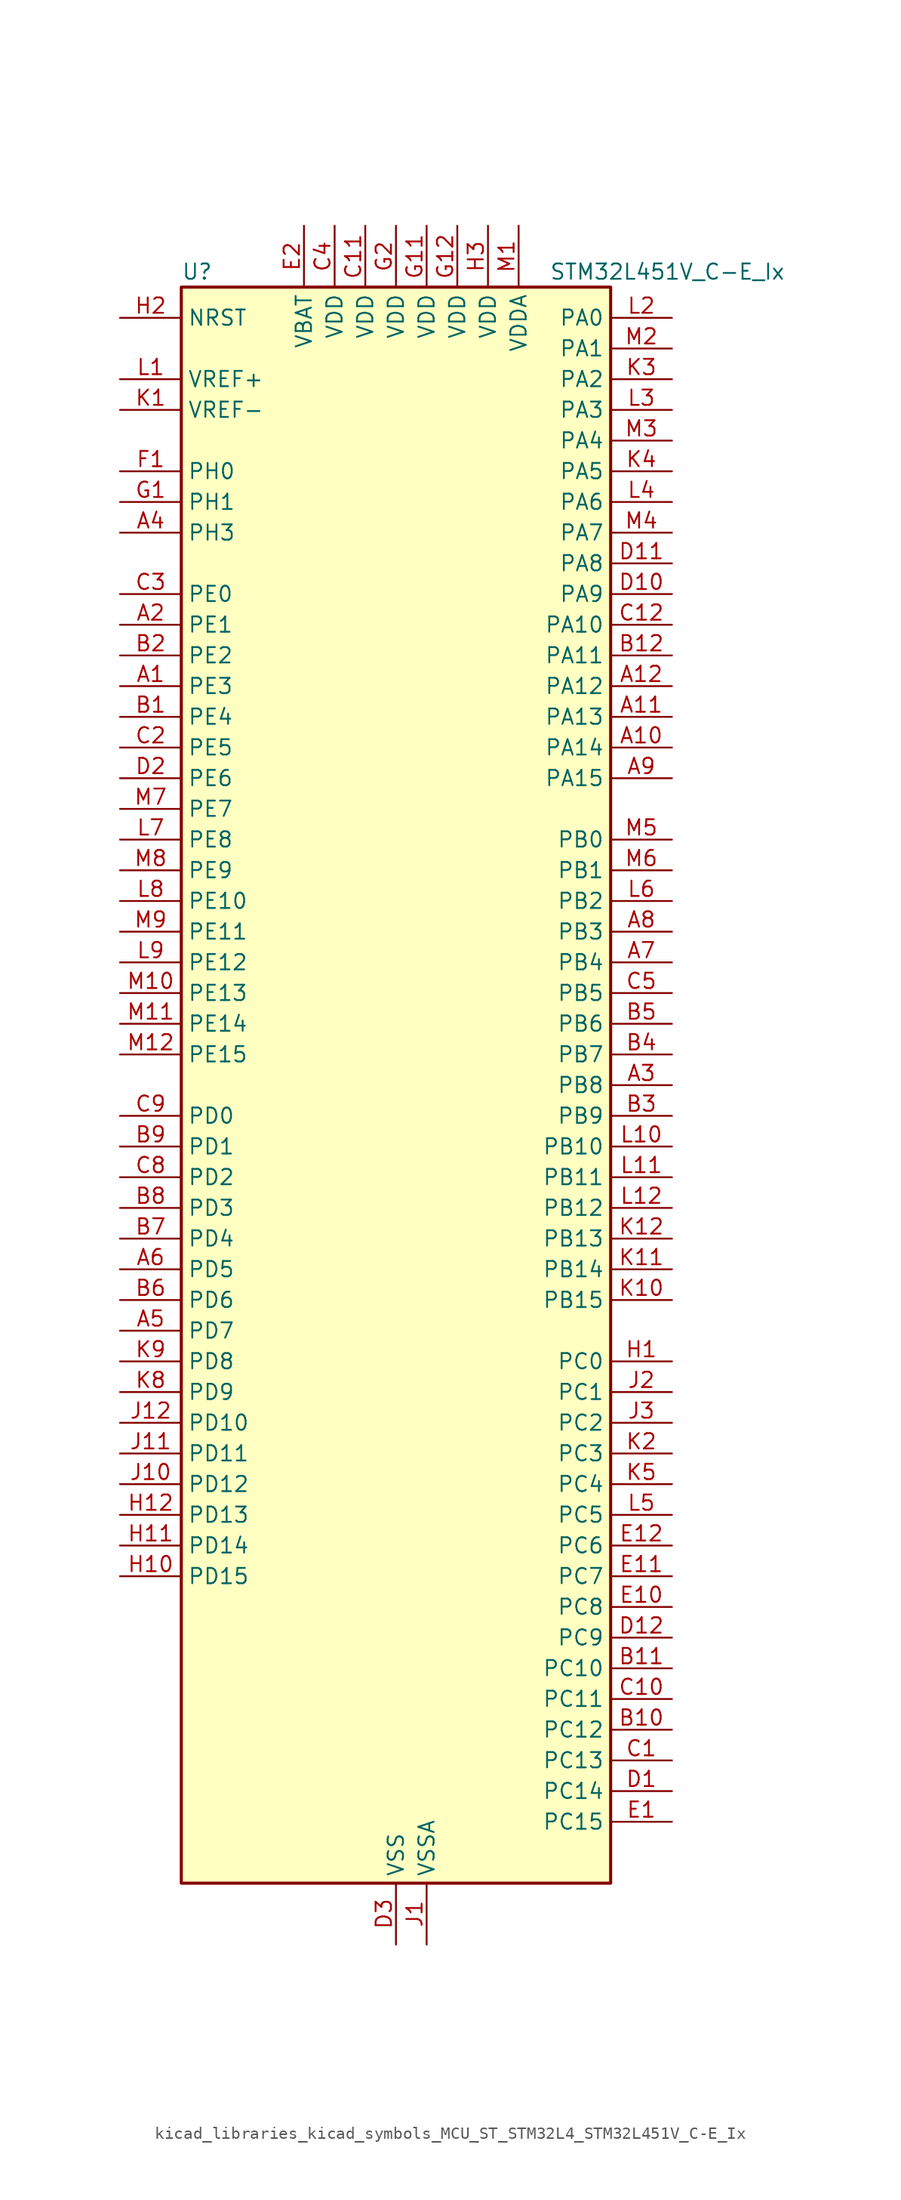
<source format=kicad_sym>
(kicad_symbol_lib
  (version 20220914)
  (generator kicad_symbol_editor)
  (symbol "kicad_libraries_kicad_symbols_MCU_ST_STM32L4_STM32L451V_C-E_Ix"
    (property "Reference" "U"
      (at -17.78 67.31 0)
      (effects (font (size 1.27 1.27)) (justify left)))
    (property "Value" "STM32L451V_C-E_Ix"
      (at 12.7 67.31 0)
      (effects (font (size 1.27 1.27)) (justify left)))
    (property "ki_locked" ""
      (at 0 0 0)
      (effects (font (size 1.27 1.27))))
    (symbol "kicad_libraries_kicad_symbols_MCU_ST_STM32L4_STM32L451V_C-E_Ix_0_1"
      (rectangle (start -17.78 -66.04) (end 17.78 66.04) (stroke (width 0.254) (type default)) (fill (type background))))
    (symbol "kicad_libraries_kicad_symbols_MCU_ST_STM32L4_STM32L451V_C-E_Ix_1_1"
      (pin bidirectional line (at -22.86 33.02 0) (length 5.08) (name "PE3" (effects (font (size 1.27 1.27)))) (number "A1" (effects (font (size 1.27 1.27)))) (alternate "SAI1_SD_B" bidirectional line) (alternate "SYS_TRACED0" bidirectional line) (alternate "TIM3_CH1" bidirectional line) (alternate "TSC_G7_IO2" bidirectional line))
      (pin bidirectional line (at 22.86 27.94 180) (length 5.08) (name "PA14" (effects (font (size 1.27 1.27)))) (number "A10" (effects (font (size 1.27 1.27)))) (alternate "I2C1_SMBA" bidirectional line) (alternate "I2C4_SMBA" bidirectional line) (alternate "LPTIM1_OUT" bidirectional line) (alternate "SAI1_FS_B" bidirectional line) (alternate "SYS_JTCK-SWCLK" bidirectional line))
      (pin bidirectional line (at 22.86 30.48 180) (length 5.08) (name "PA13" (effects (font (size 1.27 1.27)))) (number "A11" (effects (font (size 1.27 1.27)))) (alternate "IR_OUT" bidirectional line) (alternate "SAI1_SD_B" bidirectional line) (alternate "SYS_JTMS-SWDIO" bidirectional line))
      (pin bidirectional line (at 22.86 33.02 180) (length 5.08) (name "PA12" (effects (font (size 1.27 1.27)))) (number "A12" (effects (font (size 1.27 1.27)))) (alternate "CAN1_TX" bidirectional line) (alternate "SPI1_MOSI" bidirectional line) (alternate "TIM1_ETR" bidirectional line) (alternate "USART1_DE" bidirectional line) (alternate "USART1_RTS" bidirectional line))
      (pin bidirectional line (at -22.86 38.1 0) (length 5.08) (name "PE1" (effects (font (size 1.27 1.27)))) (number "A2" (effects (font (size 1.27 1.27)))))
      (pin bidirectional line (at 22.86 0 180) (length 5.08) (name "PB8" (effects (font (size 1.27 1.27)))) (number "A3" (effects (font (size 1.27 1.27)))) (alternate "CAN1_RX" bidirectional line) (alternate "I2C1_SCL" bidirectional line) (alternate "SAI1_MCLK_A" bidirectional line) (alternate "SDMMC1_D4" bidirectional line) (alternate "TIM16_CH1" bidirectional line))
      (pin bidirectional line (at -22.86 45.72 0) (length 5.08) (name "PH3" (effects (font (size 1.27 1.27)))) (number "A4" (effects (font (size 1.27 1.27)))))
      (pin bidirectional line (at -22.86 -20.32 0) (length 5.08) (name "PD7" (effects (font (size 1.27 1.27)))) (number "A5" (effects (font (size 1.27 1.27)))) (alternate "DFSDM1_CKIN1" bidirectional line) (alternate "QUADSPI_BK2_IO3" bidirectional line) (alternate "USART2_CK" bidirectional line))
      (pin bidirectional line (at -22.86 -15.24 0) (length 5.08) (name "PD5" (effects (font (size 1.27 1.27)))) (number "A6" (effects (font (size 1.27 1.27)))) (alternate "QUADSPI_BK2_IO1" bidirectional line) (alternate "USART2_TX" bidirectional line))
      (pin bidirectional line (at 22.86 10.16 180) (length 5.08) (name "PB4" (effects (font (size 1.27 1.27)))) (number "A7" (effects (font (size 1.27 1.27)))) (alternate "COMP2_INP" bidirectional line) (alternate "I2C3_SDA" bidirectional line) (alternate "SAI1_MCLK_B" bidirectional line) (alternate "SPI1_MISO" bidirectional line) (alternate "SPI3_MISO" bidirectional line) (alternate "SYS_JTRST" bidirectional line) (alternate "TIM3_CH1" bidirectional line) (alternate "TSC_G2_IO1" bidirectional line) (alternate "USART1_CTS" bidirectional line))
      (pin bidirectional line (at 22.86 12.7 180) (length 5.08) (name "PB3" (effects (font (size 1.27 1.27)))) (number "A8" (effects (font (size 1.27 1.27)))) (alternate "COMP2_INM" bidirectional line) (alternate "SAI1_SCK_B" bidirectional line) (alternate "SPI1_SCK" bidirectional line) (alternate "SPI3_SCK" bidirectional line) (alternate "SYS_JTDO-SWO" bidirectional line) (alternate "TIM2_CH2" bidirectional line) (alternate "USART1_DE" bidirectional line) (alternate "USART1_RTS" bidirectional line))
      (pin bidirectional line (at 22.86 25.4 180) (length 5.08) (name "PA15" (effects (font (size 1.27 1.27)))) (number "A9" (effects (font (size 1.27 1.27)))) (alternate "ADC1_EXTI15" bidirectional line) (alternate "SPI1_NSS" bidirectional line) (alternate "SPI3_NSS" bidirectional line) (alternate "SYS_JTDI" bidirectional line) (alternate "TIM2_CH1" bidirectional line) (alternate "TIM2_ETR" bidirectional line) (alternate "TSC_G3_IO1" bidirectional line) (alternate "UART4_DE" bidirectional line) (alternate "UART4_RTS" bidirectional line) (alternate "USART2_RX" bidirectional line) (alternate "USART3_DE" bidirectional line) (alternate "USART3_RTS" bidirectional line))
      (pin bidirectional line (at -22.86 30.48 0) (length 5.08) (name "PE4" (effects (font (size 1.27 1.27)))) (number "B1" (effects (font (size 1.27 1.27)))) (alternate "DFSDM1_DATIN3" bidirectional line) (alternate "SAI1_FS_A" bidirectional line) (alternate "SYS_TRACED1" bidirectional line) (alternate "TIM3_CH2" bidirectional line) (alternate "TSC_G7_IO3" bidirectional line))
      (pin bidirectional line (at 22.86 -53.34 180) (length 5.08) (name "PC12" (effects (font (size 1.27 1.27)))) (number "B10" (effects (font (size 1.27 1.27)))) (alternate "SDMMC1_CK" bidirectional line) (alternate "SPI3_MOSI" bidirectional line) (alternate "SYS_TRACED3" bidirectional line) (alternate "TSC_G3_IO4" bidirectional line) (alternate "USART3_CK" bidirectional line))
      (pin bidirectional line (at 22.86 -48.26 180) (length 5.08) (name "PC10" (effects (font (size 1.27 1.27)))) (number "B11" (effects (font (size 1.27 1.27)))) (alternate "SDMMC1_D2" bidirectional line) (alternate "SPI3_SCK" bidirectional line) (alternate "SYS_TRACED1" bidirectional line) (alternate "TSC_G3_IO2" bidirectional line) (alternate "UART4_TX" bidirectional line) (alternate "USART3_TX" bidirectional line))
      (pin bidirectional line (at 22.86 35.56 180) (length 5.08) (name "PA11" (effects (font (size 1.27 1.27)))) (number "B12" (effects (font (size 1.27 1.27)))) (alternate "ADC1_EXTI11" bidirectional line) (alternate "CAN1_RX" bidirectional line) (alternate "COMP1_OUT" bidirectional line) (alternate "SPI1_MISO" bidirectional line) (alternate "TIM1_BKIN2" bidirectional line) (alternate "TIM1_BKIN2_COMP1" bidirectional line) (alternate "TIM1_CH4" bidirectional line) (alternate "USART1_CTS" bidirectional line))
      (pin bidirectional line (at -22.86 35.56 0) (length 5.08) (name "PE2" (effects (font (size 1.27 1.27)))) (number "B2" (effects (font (size 1.27 1.27)))) (alternate "SAI1_MCLK_A" bidirectional line) (alternate "SYS_TRACECLK" bidirectional line) (alternate "TIM3_ETR" bidirectional line) (alternate "TSC_G7_IO1" bidirectional line))
      (pin bidirectional line (at 22.86 -2.54 180) (length 5.08) (name "PB9" (effects (font (size 1.27 1.27)))) (number "B3" (effects (font (size 1.27 1.27)))) (alternate "CAN1_TX" bidirectional line) (alternate "DAC1_EXTI9" bidirectional line) (alternate "I2C1_SDA" bidirectional line) (alternate "IR_OUT" bidirectional line) (alternate "SAI1_FS_A" bidirectional line) (alternate "SDMMC1_D5" bidirectional line) (alternate "SPI2_NSS" bidirectional line))
      (pin bidirectional line (at 22.86 2.54 180) (length 5.08) (name "PB7" (effects (font (size 1.27 1.27)))) (number "B4" (effects (font (size 1.27 1.27)))) (alternate "COMP2_INM" bidirectional line) (alternate "I2C1_SDA" bidirectional line) (alternate "I2C4_SDA" bidirectional line) (alternate "LPTIM1_IN2" bidirectional line) (alternate "SYS_PVD_IN" bidirectional line) (alternate "TSC_G2_IO4" bidirectional line) (alternate "UART4_CTS" bidirectional line) (alternate "USART1_RX" bidirectional line))
      (pin bidirectional line (at 22.86 5.08 180) (length 5.08) (name "PB6" (effects (font (size 1.27 1.27)))) (number "B5" (effects (font (size 1.27 1.27)))) (alternate "CAN1_TX" bidirectional line) (alternate "COMP2_INP" bidirectional line) (alternate "I2C1_SCL" bidirectional line) (alternate "I2C4_SCL" bidirectional line) (alternate "LPTIM1_ETR" bidirectional line) (alternate "SAI1_FS_B" bidirectional line) (alternate "TIM16_CH1N" bidirectional line) (alternate "TSC_G2_IO3" bidirectional line) (alternate "USART1_TX" bidirectional line))
      (pin bidirectional line (at -22.86 -17.78 0) (length 5.08) (name "PD6" (effects (font (size 1.27 1.27)))) (number "B6" (effects (font (size 1.27 1.27)))) (alternate "DFSDM1_DATIN1" bidirectional line) (alternate "QUADSPI_BK2_IO2" bidirectional line) (alternate "SAI1_SD_A" bidirectional line) (alternate "USART2_RX" bidirectional line))
      (pin bidirectional line (at -22.86 -12.7 0) (length 5.08) (name "PD4" (effects (font (size 1.27 1.27)))) (number "B7" (effects (font (size 1.27 1.27)))) (alternate "DFSDM1_CKIN0" bidirectional line) (alternate "QUADSPI_BK2_IO0" bidirectional line) (alternate "SPI2_MOSI" bidirectional line) (alternate "USART2_DE" bidirectional line) (alternate "USART2_RTS" bidirectional line))
      (pin bidirectional line (at -22.86 -10.16 0) (length 5.08) (name "PD3" (effects (font (size 1.27 1.27)))) (number "B8" (effects (font (size 1.27 1.27)))) (alternate "DFSDM1_DATIN0" bidirectional line) (alternate "QUADSPI_BK2_NCS" bidirectional line) (alternate "SPI2_MISO" bidirectional line) (alternate "USART2_CTS" bidirectional line))
      (pin bidirectional line (at -22.86 -5.08 0) (length 5.08) (name "PD1" (effects (font (size 1.27 1.27)))) (number "B9" (effects (font (size 1.27 1.27)))) (alternate "CAN1_TX" bidirectional line) (alternate "SPI2_SCK" bidirectional line))
      (pin bidirectional line (at 22.86 -55.88 180) (length 5.08) (name "PC13" (effects (font (size 1.27 1.27)))) (number "C1" (effects (font (size 1.27 1.27)))) (alternate "RTC_OUT_ALARM" bidirectional line) (alternate "RTC_OUT_CALIB" bidirectional line) (alternate "RTC_TAMP1" bidirectional line) (alternate "RTC_TS" bidirectional line) (alternate "SYS_WKUP2" bidirectional line))
      (pin bidirectional line (at 22.86 -50.8 180) (length 5.08) (name "PC11" (effects (font (size 1.27 1.27)))) (number "C10" (effects (font (size 1.27 1.27)))) (alternate "ADC1_EXTI11" bidirectional line) (alternate "SDMMC1_D3" bidirectional line) (alternate "SPI3_MISO" bidirectional line) (alternate "TSC_G3_IO3" bidirectional line) (alternate "UART4_RX" bidirectional line) (alternate "USART3_RX" bidirectional line))
      (pin power_in line (at -2.54 71.12 270) (length 5.08) (name "VDD" (effects (font (size 1.27 1.27)))) (number "C11" (effects (font (size 1.27 1.27)))))
      (pin bidirectional line (at 22.86 38.1 180) (length 5.08) (name "PA10" (effects (font (size 1.27 1.27)))) (number "C12" (effects (font (size 1.27 1.27)))) (alternate "I2C1_SDA" bidirectional line) (alternate "SAI1_SD_A" bidirectional line) (alternate "TIM1_CH3" bidirectional line) (alternate "USART1_RX" bidirectional line))
      (pin bidirectional line (at -22.86 27.94 0) (length 5.08) (name "PE5" (effects (font (size 1.27 1.27)))) (number "C2" (effects (font (size 1.27 1.27)))) (alternate "DFSDM1_CKIN3" bidirectional line) (alternate "SAI1_SCK_A" bidirectional line) (alternate "SYS_TRACED2" bidirectional line) (alternate "TIM3_CH3" bidirectional line) (alternate "TSC_G7_IO4" bidirectional line))
      (pin bidirectional line (at -22.86 40.64 0) (length 5.08) (name "PE0" (effects (font (size 1.27 1.27)))) (number "C3" (effects (font (size 1.27 1.27)))) (alternate "TIM16_CH1" bidirectional line))
      (pin power_in line (at -5.08 71.12 270) (length 5.08) (name "VDD" (effects (font (size 1.27 1.27)))) (number "C4" (effects (font (size 1.27 1.27)))))
      (pin bidirectional line (at 22.86 7.62 180) (length 5.08) (name "PB5" (effects (font (size 1.27 1.27)))) (number "C5" (effects (font (size 1.27 1.27)))) (alternate "CAN1_RX" bidirectional line) (alternate "COMP2_OUT" bidirectional line) (alternate "I2C1_SMBA" bidirectional line) (alternate "LPTIM1_IN1" bidirectional line) (alternate "SAI1_SD_B" bidirectional line) (alternate "SPI1_MOSI" bidirectional line) (alternate "SPI3_MOSI" bidirectional line) (alternate "TIM16_BKIN" bidirectional line) (alternate "TIM3_CH2" bidirectional line) (alternate "TSC_G2_IO2" bidirectional line) (alternate "USART1_CK" bidirectional line))
      (pin bidirectional line (at -22.86 -7.62 0) (length 5.08) (name "PD2" (effects (font (size 1.27 1.27)))) (number "C8" (effects (font (size 1.27 1.27)))) (alternate "SDMMC1_CMD" bidirectional line) (alternate "SYS_TRACED2" bidirectional line) (alternate "TIM3_ETR" bidirectional line) (alternate "TSC_SYNC" bidirectional line) (alternate "USART3_DE" bidirectional line) (alternate "USART3_RTS" bidirectional line))
      (pin bidirectional line (at -22.86 -2.54 0) (length 5.08) (name "PD0" (effects (font (size 1.27 1.27)))) (number "C9" (effects (font (size 1.27 1.27)))) (alternate "CAN1_RX" bidirectional line) (alternate "SPI2_NSS" bidirectional line))
      (pin bidirectional line (at 22.86 -58.42 180) (length 5.08) (name "PC14" (effects (font (size 1.27 1.27)))) (number "D1" (effects (font (size 1.27 1.27)))) (alternate "RCC_OSC32_IN" bidirectional line))
      (pin bidirectional line (at 22.86 40.64 180) (length 5.08) (name "PA9" (effects (font (size 1.27 1.27)))) (number "D10" (effects (font (size 1.27 1.27)))) (alternate "DAC1_EXTI9" bidirectional line) (alternate "DFSDM1_DATIN1" bidirectional line) (alternate "I2C1_SCL" bidirectional line) (alternate "SAI1_FS_A" bidirectional line) (alternate "TIM15_BKIN" bidirectional line) (alternate "TIM1_CH2" bidirectional line) (alternate "USART1_TX" bidirectional line))
      (pin bidirectional line (at 22.86 43.18 180) (length 5.08) (name "PA8" (effects (font (size 1.27 1.27)))) (number "D11" (effects (font (size 1.27 1.27)))) (alternate "DFSDM1_CKIN1" bidirectional line) (alternate "LPTIM2_OUT" bidirectional line) (alternate "RCC_MCO" bidirectional line) (alternate "SAI1_SCK_A" bidirectional line) (alternate "TIM1_CH1" bidirectional line) (alternate "USART1_CK" bidirectional line))
      (pin bidirectional line (at 22.86 -45.72 180) (length 5.08) (name "PC9" (effects (font (size 1.27 1.27)))) (number "D12" (effects (font (size 1.27 1.27)))) (alternate "DAC1_EXTI9" bidirectional line) (alternate "SDMMC1_D1" bidirectional line) (alternate "TIM3_CH4" bidirectional line) (alternate "TSC_G4_IO4" bidirectional line))
      (pin bidirectional line (at -22.86 25.4 0) (length 5.08) (name "PE6" (effects (font (size 1.27 1.27)))) (number "D2" (effects (font (size 1.27 1.27)))) (alternate "RTC_TAMP3" bidirectional line) (alternate "SAI1_SD_A" bidirectional line) (alternate "SYS_TRACED3" bidirectional line) (alternate "SYS_WKUP3" bidirectional line) (alternate "TIM3_CH4" bidirectional line))
      (pin power_in line (at 0 -71.12 90) (length 5.08) (name "VSS" (effects (font (size 1.27 1.27)))) (number "D3" (effects (font (size 1.27 1.27)))))
      (pin bidirectional line (at 22.86 -60.96 180) (length 5.08) (name "PC15" (effects (font (size 1.27 1.27)))) (number "E1" (effects (font (size 1.27 1.27)))) (alternate "ADC1_EXTI15" bidirectional line) (alternate "RCC_OSC32_OUT" bidirectional line))
      (pin bidirectional line (at 22.86 -43.18 180) (length 5.08) (name "PC8" (effects (font (size 1.27 1.27)))) (number "E10" (effects (font (size 1.27 1.27)))) (alternate "SDMMC1_D0" bidirectional line) (alternate "TIM3_CH3" bidirectional line) (alternate "TSC_G4_IO3" bidirectional line))
      (pin bidirectional line (at 22.86 -40.64 180) (length 5.08) (name "PC7" (effects (font (size 1.27 1.27)))) (number "E11" (effects (font (size 1.27 1.27)))) (alternate "DFSDM1_DATIN3" bidirectional line) (alternate "SDMMC1_D7" bidirectional line) (alternate "TIM3_CH2" bidirectional line) (alternate "TSC_G4_IO2" bidirectional line))
      (pin bidirectional line (at 22.86 -38.1 180) (length 5.08) (name "PC6" (effects (font (size 1.27 1.27)))) (number "E12" (effects (font (size 1.27 1.27)))) (alternate "DFSDM1_CKIN3" bidirectional line) (alternate "SDMMC1_D6" bidirectional line) (alternate "TIM3_CH1" bidirectional line) (alternate "TSC_G4_IO1" bidirectional line))
      (pin power_in line (at -7.62 71.12 270) (length 5.08) (name "VBAT" (effects (font (size 1.27 1.27)))) (number "E2" (effects (font (size 1.27 1.27)))))
      (pin passive line (at 0 -71.12 90) (length 5.08) hide (name "VSS" (effects (font (size 1.27 1.27)))) (number "E3" (effects (font (size 1.27 1.27)))))
      (pin bidirectional line (at -22.86 50.8 0) (length 5.08) (name "PH0" (effects (font (size 1.27 1.27)))) (number "F1" (effects (font (size 1.27 1.27)))) (alternate "RCC_OSC_IN" bidirectional line))
      (pin passive line (at 0 -71.12 90) (length 5.08) hide (name "VSS" (effects (font (size 1.27 1.27)))) (number "F11" (effects (font (size 1.27 1.27)))))
      (pin passive line (at 0 -71.12 90) (length 5.08) hide (name "VSS" (effects (font (size 1.27 1.27)))) (number "F12" (effects (font (size 1.27 1.27)))))
      (pin passive line (at 0 -71.12 90) (length 5.08) hide (name "VSS" (effects (font (size 1.27 1.27)))) (number "F2" (effects (font (size 1.27 1.27)))))
      (pin bidirectional line (at -22.86 48.26 0) (length 5.08) (name "PH1" (effects (font (size 1.27 1.27)))) (number "G1" (effects (font (size 1.27 1.27)))) (alternate "RCC_OSC_OUT" bidirectional line))
      (pin power_in line (at 2.54 71.12 270) (length 5.08) (name "VDD" (effects (font (size 1.27 1.27)))) (number "G11" (effects (font (size 1.27 1.27)))))
      (pin power_in line (at 5.08 71.12 270) (length 5.08) (name "VDD" (effects (font (size 1.27 1.27)))) (number "G12" (effects (font (size 1.27 1.27)))))
      (pin power_in line (at 0 71.12 270) (length 5.08) (name "VDD" (effects (font (size 1.27 1.27)))) (number "G2" (effects (font (size 1.27 1.27)))))
      (pin bidirectional line (at 22.86 -22.86 180) (length 5.08) (name "PC0" (effects (font (size 1.27 1.27)))) (number "H1" (effects (font (size 1.27 1.27)))) (alternate "ADC1_IN1" bidirectional line) (alternate "I2C3_SCL" bidirectional line) (alternate "I2C4_SCL" bidirectional line) (alternate "LPTIM1_IN1" bidirectional line) (alternate "LPTIM2_IN1" bidirectional line) (alternate "LPUART1_RX" bidirectional line))
      (pin bidirectional line (at -22.86 -40.64 0) (length 5.08) (name "PD15" (effects (font (size 1.27 1.27)))) (number "H10" (effects (font (size 1.27 1.27)))) (alternate "ADC1_EXTI15" bidirectional line))
      (pin bidirectional line (at -22.86 -38.1 0) (length 5.08) (name "PD14" (effects (font (size 1.27 1.27)))) (number "H11" (effects (font (size 1.27 1.27)))))
      (pin bidirectional line (at -22.86 -35.56 0) (length 5.08) (name "PD13" (effects (font (size 1.27 1.27)))) (number "H12" (effects (font (size 1.27 1.27)))) (alternate "I2C4_SDA" bidirectional line) (alternate "LPTIM2_OUT" bidirectional line) (alternate "TSC_G6_IO4" bidirectional line))
      (pin input line (at -22.86 63.5 0) (length 5.08) (name "NRST" (effects (font (size 1.27 1.27)))) (number "H2" (effects (font (size 1.27 1.27)))))
      (pin power_in line (at 7.62 71.12 270) (length 5.08) (name "VDD" (effects (font (size 1.27 1.27)))) (number "H3" (effects (font (size 1.27 1.27)))))
      (pin power_in line (at 2.54 -71.12 90) (length 5.08) (name "VSSA" (effects (font (size 1.27 1.27)))) (number "J1" (effects (font (size 1.27 1.27)))))
      (pin bidirectional line (at -22.86 -33.02 0) (length 5.08) (name "PD12" (effects (font (size 1.27 1.27)))) (number "J10" (effects (font (size 1.27 1.27)))) (alternate "I2C4_SCL" bidirectional line) (alternate "LPTIM2_IN1" bidirectional line) (alternate "TSC_G6_IO3" bidirectional line) (alternate "USART3_DE" bidirectional line) (alternate "USART3_RTS" bidirectional line))
      (pin bidirectional line (at -22.86 -30.48 0) (length 5.08) (name "PD11" (effects (font (size 1.27 1.27)))) (number "J11" (effects (font (size 1.27 1.27)))) (alternate "ADC1_EXTI11" bidirectional line) (alternate "I2C4_SMBA" bidirectional line) (alternate "LPTIM2_ETR" bidirectional line) (alternate "TSC_G6_IO2" bidirectional line) (alternate "USART3_CTS" bidirectional line))
      (pin bidirectional line (at -22.86 -27.94 0) (length 5.08) (name "PD10" (effects (font (size 1.27 1.27)))) (number "J12" (effects (font (size 1.27 1.27)))) (alternate "TSC_G6_IO1" bidirectional line) (alternate "USART3_CK" bidirectional line))
      (pin bidirectional line (at 22.86 -25.4 180) (length 5.08) (name "PC1" (effects (font (size 1.27 1.27)))) (number "J2" (effects (font (size 1.27 1.27)))) (alternate "ADC1_IN2" bidirectional line) (alternate "I2C3_SDA" bidirectional line) (alternate "I2C4_SDA" bidirectional line) (alternate "LPTIM1_OUT" bidirectional line) (alternate "LPUART1_TX" bidirectional line) (alternate "SYS_TRACED0" bidirectional line))
      (pin bidirectional line (at 22.86 -27.94 180) (length 5.08) (name "PC2" (effects (font (size 1.27 1.27)))) (number "J3" (effects (font (size 1.27 1.27)))) (alternate "ADC1_IN3" bidirectional line) (alternate "DFSDM1_CKOUT" bidirectional line) (alternate "LPTIM1_IN2" bidirectional line) (alternate "SPI2_MISO" bidirectional line))
      (pin input line (at -22.86 55.88 0) (length 5.08) (name "VREF-" (effects (font (size 1.27 1.27)))) (number "K1" (effects (font (size 1.27 1.27)))))
      (pin bidirectional line (at 22.86 -17.78 180) (length 5.08) (name "PB15" (effects (font (size 1.27 1.27)))) (number "K10" (effects (font (size 1.27 1.27)))) (alternate "ADC1_EXTI15" bidirectional line) (alternate "DFSDM1_CKIN2" bidirectional line) (alternate "RTC_REFIN" bidirectional line) (alternate "SAI1_SD_A" bidirectional line) (alternate "SPI2_MOSI" bidirectional line) (alternate "TIM15_CH2" bidirectional line) (alternate "TIM1_CH3N" bidirectional line) (alternate "TSC_G1_IO4" bidirectional line))
      (pin bidirectional line (at 22.86 -15.24 180) (length 5.08) (name "PB14" (effects (font (size 1.27 1.27)))) (number "K11" (effects (font (size 1.27 1.27)))) (alternate "DFSDM1_DATIN2" bidirectional line) (alternate "I2C2_SDA" bidirectional line) (alternate "SAI1_MCLK_A" bidirectional line) (alternate "SPI2_MISO" bidirectional line) (alternate "TIM15_CH1" bidirectional line) (alternate "TIM1_CH2N" bidirectional line) (alternate "TSC_G1_IO3" bidirectional line) (alternate "USART3_DE" bidirectional line) (alternate "USART3_RTS" bidirectional line))
      (pin bidirectional line (at 22.86 -12.7 180) (length 5.08) (name "PB13" (effects (font (size 1.27 1.27)))) (number "K12" (effects (font (size 1.27 1.27)))) (alternate "CAN1_TX" bidirectional line) (alternate "DFSDM1_CKIN1" bidirectional line) (alternate "I2C2_SCL" bidirectional line) (alternate "LPUART1_CTS" bidirectional line) (alternate "SAI1_SCK_A" bidirectional line) (alternate "SPI2_SCK" bidirectional line) (alternate "TIM15_CH1N" bidirectional line) (alternate "TIM1_CH1N" bidirectional line) (alternate "TSC_G1_IO2" bidirectional line) (alternate "USART3_CTS" bidirectional line))
      (pin bidirectional line (at 22.86 -30.48 180) (length 5.08) (name "PC3" (effects (font (size 1.27 1.27)))) (number "K2" (effects (font (size 1.27 1.27)))) (alternate "ADC1_IN4" bidirectional line) (alternate "LPTIM1_ETR" bidirectional line) (alternate "LPTIM2_ETR" bidirectional line) (alternate "SAI1_SD_A" bidirectional line) (alternate "SPI2_MOSI" bidirectional line))
      (pin bidirectional line (at 22.86 58.42 180) (length 5.08) (name "PA2" (effects (font (size 1.27 1.27)))) (number "K3" (effects (font (size 1.27 1.27)))) (alternate "ADC1_IN7" bidirectional line) (alternate "COMP2_INM" bidirectional line) (alternate "COMP2_OUT" bidirectional line) (alternate "LPUART1_TX" bidirectional line) (alternate "QUADSPI_BK1_NCS" bidirectional line) (alternate "RCC_LSCO" bidirectional line) (alternate "SYS_WKUP4" bidirectional line) (alternate "TIM15_CH1" bidirectional line) (alternate "TIM2_CH3" bidirectional line) (alternate "USART2_TX" bidirectional line))
      (pin bidirectional line (at 22.86 50.8 180) (length 5.08) (name "PA5" (effects (font (size 1.27 1.27)))) (number "K4" (effects (font (size 1.27 1.27)))) (alternate "ADC1_IN10" bidirectional line) (alternate "COMP1_INM" bidirectional line) (alternate "COMP2_INM" bidirectional line) (alternate "DFSDM1_CKOUT" bidirectional line) (alternate "LPTIM2_ETR" bidirectional line) (alternate "SPI1_SCK" bidirectional line) (alternate "TIM2_CH1" bidirectional line) (alternate "TIM2_ETR" bidirectional line))
      (pin bidirectional line (at 22.86 -33.02 180) (length 5.08) (name "PC4" (effects (font (size 1.27 1.27)))) (number "K5" (effects (font (size 1.27 1.27)))) (alternate "ADC1_IN13" bidirectional line) (alternate "COMP1_INM" bidirectional line) (alternate "USART3_TX" bidirectional line))
      (pin bidirectional line (at -22.86 -25.4 0) (length 5.08) (name "PD9" (effects (font (size 1.27 1.27)))) (number "K8" (effects (font (size 1.27 1.27)))) (alternate "DAC1_EXTI9" bidirectional line) (alternate "USART3_RX" bidirectional line))
      (pin bidirectional line (at -22.86 -22.86 0) (length 5.08) (name "PD8" (effects (font (size 1.27 1.27)))) (number "K9" (effects (font (size 1.27 1.27)))) (alternate "USART3_TX" bidirectional line))
      (pin input line (at -22.86 58.42 0) (length 5.08) (name "VREF+" (effects (font (size 1.27 1.27)))) (number "L1" (effects (font (size 1.27 1.27)))) (alternate "VREFBUF_OUT" bidirectional line))
      (pin bidirectional line (at 22.86 -5.08 180) (length 5.08) (name "PB10" (effects (font (size 1.27 1.27)))) (number "L10" (effects (font (size 1.27 1.27)))) (alternate "COMP1_OUT" bidirectional line) (alternate "I2C2_SCL" bidirectional line) (alternate "I2C4_SCL" bidirectional line) (alternate "LPUART1_RX" bidirectional line) (alternate "QUADSPI_CLK" bidirectional line) (alternate "SAI1_SCK_A" bidirectional line) (alternate "SPI2_SCK" bidirectional line) (alternate "TIM2_CH3" bidirectional line) (alternate "TSC_SYNC" bidirectional line) (alternate "USART3_TX" bidirectional line))
      (pin bidirectional line (at 22.86 -7.62 180) (length 5.08) (name "PB11" (effects (font (size 1.27 1.27)))) (number "L11" (effects (font (size 1.27 1.27)))) (alternate "ADC1_EXTI11" bidirectional line) (alternate "COMP2_OUT" bidirectional line) (alternate "I2C2_SDA" bidirectional line) (alternate "I2C4_SDA" bidirectional line) (alternate "LPUART1_TX" bidirectional line) (alternate "QUADSPI_BK1_NCS" bidirectional line) (alternate "TIM2_CH4" bidirectional line) (alternate "USART3_RX" bidirectional line))
      (pin bidirectional line (at 22.86 -10.16 180) (length 5.08) (name "PB12" (effects (font (size 1.27 1.27)))) (number "L12" (effects (font (size 1.27 1.27)))) (alternate "CAN1_RX" bidirectional line) (alternate "DFSDM1_DATIN1" bidirectional line) (alternate "I2C2_SMBA" bidirectional line) (alternate "LPUART1_DE" bidirectional line) (alternate "LPUART1_RTS" bidirectional line) (alternate "SAI1_FS_A" bidirectional line) (alternate "SPI2_NSS" bidirectional line) (alternate "TIM15_BKIN" bidirectional line) (alternate "TIM1_BKIN" bidirectional line) (alternate "TIM1_BKIN_COMP2" bidirectional line) (alternate "TSC_G1_IO1" bidirectional line) (alternate "USART3_CK" bidirectional line))
      (pin bidirectional line (at 22.86 63.5 180) (length 5.08) (name "PA0" (effects (font (size 1.27 1.27)))) (number "L2" (effects (font (size 1.27 1.27)))) (alternate "ADC1_IN5" bidirectional line) (alternate "COMP1_INM" bidirectional line) (alternate "COMP1_OUT" bidirectional line) (alternate "OPAMP1_VINP" bidirectional line) (alternate "RTC_TAMP2" bidirectional line) (alternate "SAI1_EXTCLK" bidirectional line) (alternate "SYS_WKUP1" bidirectional line) (alternate "TIM2_CH1" bidirectional line) (alternate "TIM2_ETR" bidirectional line) (alternate "UART4_TX" bidirectional line) (alternate "USART2_CTS" bidirectional line))
      (pin bidirectional line (at 22.86 55.88 180) (length 5.08) (name "PA3" (effects (font (size 1.27 1.27)))) (number "L3" (effects (font (size 1.27 1.27)))) (alternate "ADC1_IN8" bidirectional line) (alternate "COMP2_INP" bidirectional line) (alternate "LPUART1_RX" bidirectional line) (alternate "OPAMP1_VOUT" bidirectional line) (alternate "QUADSPI_CLK" bidirectional line) (alternate "SAI1_MCLK_A" bidirectional line) (alternate "TIM15_CH2" bidirectional line) (alternate "TIM2_CH4" bidirectional line) (alternate "USART2_RX" bidirectional line))
      (pin bidirectional line (at 22.86 48.26 180) (length 5.08) (name "PA6" (effects (font (size 1.27 1.27)))) (number "L4" (effects (font (size 1.27 1.27)))) (alternate "ADC1_IN11" bidirectional line) (alternate "COMP1_OUT" bidirectional line) (alternate "LPUART1_CTS" bidirectional line) (alternate "QUADSPI_BK1_IO3" bidirectional line) (alternate "SPI1_MISO" bidirectional line) (alternate "TIM16_CH1" bidirectional line) (alternate "TIM1_BKIN" bidirectional line) (alternate "TIM1_BKIN_COMP2" bidirectional line) (alternate "TIM3_CH1" bidirectional line) (alternate "USART3_CTS" bidirectional line))
      (pin bidirectional line (at 22.86 -35.56 180) (length 5.08) (name "PC5" (effects (font (size 1.27 1.27)))) (number "L5" (effects (font (size 1.27 1.27)))) (alternate "ADC1_IN14" bidirectional line) (alternate "COMP1_INP" bidirectional line) (alternate "SYS_WKUP5" bidirectional line) (alternate "USART3_RX" bidirectional line))
      (pin bidirectional line (at 22.86 15.24 180) (length 5.08) (name "PB2" (effects (font (size 1.27 1.27)))) (number "L6" (effects (font (size 1.27 1.27)))) (alternate "COMP1_INP" bidirectional line) (alternate "DFSDM1_CKIN0" bidirectional line) (alternate "I2C3_SMBA" bidirectional line) (alternate "LPTIM1_OUT" bidirectional line) (alternate "RTC_OUT_ALARM" bidirectional line) (alternate "RTC_OUT_CALIB" bidirectional line))
      (pin bidirectional line (at -22.86 20.32 0) (length 5.08) (name "PE8" (effects (font (size 1.27 1.27)))) (number "L7" (effects (font (size 1.27 1.27)))) (alternate "DFSDM1_CKIN2" bidirectional line) (alternate "SAI1_SCK_B" bidirectional line) (alternate "TIM1_CH1N" bidirectional line))
      (pin bidirectional line (at -22.86 15.24 0) (length 5.08) (name "PE10" (effects (font (size 1.27 1.27)))) (number "L8" (effects (font (size 1.27 1.27)))) (alternate "QUADSPI_CLK" bidirectional line) (alternate "SAI1_MCLK_B" bidirectional line) (alternate "TIM1_CH2N" bidirectional line) (alternate "TSC_G5_IO1" bidirectional line))
      (pin bidirectional line (at -22.86 10.16 0) (length 5.08) (name "PE12" (effects (font (size 1.27 1.27)))) (number "L9" (effects (font (size 1.27 1.27)))) (alternate "QUADSPI_BK1_IO0" bidirectional line) (alternate "SPI1_NSS" bidirectional line) (alternate "TIM1_CH3N" bidirectional line) (alternate "TSC_G5_IO3" bidirectional line))
      (pin power_in line (at 10.16 71.12 270) (length 5.08) (name "VDDA" (effects (font (size 1.27 1.27)))) (number "M1" (effects (font (size 1.27 1.27)))))
      (pin bidirectional line (at -22.86 7.62 0) (length 5.08) (name "PE13" (effects (font (size 1.27 1.27)))) (number "M10" (effects (font (size 1.27 1.27)))) (alternate "QUADSPI_BK1_IO1" bidirectional line) (alternate "SPI1_SCK" bidirectional line) (alternate "TIM1_CH3" bidirectional line) (alternate "TSC_G5_IO4" bidirectional line))
      (pin bidirectional line (at -22.86 5.08 0) (length 5.08) (name "PE14" (effects (font (size 1.27 1.27)))) (number "M11" (effects (font (size 1.27 1.27)))) (alternate "QUADSPI_BK1_IO2" bidirectional line) (alternate "SPI1_MISO" bidirectional line) (alternate "TIM1_BKIN2" bidirectional line) (alternate "TIM1_BKIN2_COMP2" bidirectional line) (alternate "TIM1_CH4" bidirectional line))
      (pin bidirectional line (at -22.86 2.54 0) (length 5.08) (name "PE15" (effects (font (size 1.27 1.27)))) (number "M12" (effects (font (size 1.27 1.27)))) (alternate "ADC1_EXTI15" bidirectional line) (alternate "QUADSPI_BK1_IO3" bidirectional line) (alternate "SPI1_MOSI" bidirectional line) (alternate "TIM1_BKIN" bidirectional line) (alternate "TIM1_BKIN_COMP1" bidirectional line))
      (pin bidirectional line (at 22.86 60.96 180) (length 5.08) (name "PA1" (effects (font (size 1.27 1.27)))) (number "M2" (effects (font (size 1.27 1.27)))) (alternate "ADC1_IN6" bidirectional line) (alternate "COMP1_INP" bidirectional line) (alternate "I2C1_SMBA" bidirectional line) (alternate "OPAMP1_VINM" bidirectional line) (alternate "SPI1_SCK" bidirectional line) (alternate "TIM15_CH1N" bidirectional line) (alternate "TIM2_CH2" bidirectional line) (alternate "UART4_RX" bidirectional line) (alternate "USART2_DE" bidirectional line) (alternate "USART2_RTS" bidirectional line))
      (pin bidirectional line (at 22.86 53.34 180) (length 5.08) (name "PA4" (effects (font (size 1.27 1.27)))) (number "M3" (effects (font (size 1.27 1.27)))) (alternate "ADC1_IN9" bidirectional line) (alternate "COMP1_INM" bidirectional line) (alternate "COMP2_INM" bidirectional line) (alternate "DAC1_OUT1" bidirectional line) (alternate "LPTIM2_OUT" bidirectional line) (alternate "SAI1_FS_B" bidirectional line) (alternate "SPI1_NSS" bidirectional line) (alternate "SPI3_NSS" bidirectional line) (alternate "USART2_CK" bidirectional line))
      (pin bidirectional line (at 22.86 45.72 180) (length 5.08) (name "PA7" (effects (font (size 1.27 1.27)))) (number "M4" (effects (font (size 1.27 1.27)))) (alternate "ADC1_IN12" bidirectional line) (alternate "COMP2_OUT" bidirectional line) (alternate "DFSDM1_DATIN0" bidirectional line) (alternate "I2C3_SCL" bidirectional line) (alternate "QUADSPI_BK1_IO2" bidirectional line) (alternate "SPI1_MOSI" bidirectional line) (alternate "TIM1_CH1N" bidirectional line) (alternate "TIM3_CH2" bidirectional line))
      (pin bidirectional line (at 22.86 20.32 180) (length 5.08) (name "PB0" (effects (font (size 1.27 1.27)))) (number "M5" (effects (font (size 1.27 1.27)))) (alternate "ADC1_IN15" bidirectional line) (alternate "COMP1_OUT" bidirectional line) (alternate "DFSDM1_CKIN0" bidirectional line) (alternate "QUADSPI_BK1_IO1" bidirectional line) (alternate "SAI1_EXTCLK" bidirectional line) (alternate "SPI1_NSS" bidirectional line) (alternate "TIM1_CH2N" bidirectional line) (alternate "TIM3_CH3" bidirectional line) (alternate "USART3_CK" bidirectional line))
      (pin bidirectional line (at 22.86 17.78 180) (length 5.08) (name "PB1" (effects (font (size 1.27 1.27)))) (number "M6" (effects (font (size 1.27 1.27)))) (alternate "ADC1_IN16" bidirectional line) (alternate "COMP1_INM" bidirectional line) (alternate "DFSDM1_DATIN0" bidirectional line) (alternate "LPTIM2_IN1" bidirectional line) (alternate "LPUART1_DE" bidirectional line) (alternate "LPUART1_RTS" bidirectional line) (alternate "QUADSPI_BK1_IO0" bidirectional line) (alternate "TIM1_CH3N" bidirectional line) (alternate "TIM3_CH4" bidirectional line) (alternate "USART3_DE" bidirectional line) (alternate "USART3_RTS" bidirectional line))
      (pin bidirectional line (at -22.86 22.86 0) (length 5.08) (name "PE7" (effects (font (size 1.27 1.27)))) (number "M7" (effects (font (size 1.27 1.27)))) (alternate "DFSDM1_DATIN2" bidirectional line) (alternate "SAI1_SD_B" bidirectional line) (alternate "TIM1_ETR" bidirectional line))
      (pin bidirectional line (at -22.86 17.78 0) (length 5.08) (name "PE9" (effects (font (size 1.27 1.27)))) (number "M8" (effects (font (size 1.27 1.27)))) (alternate "DAC1_EXTI9" bidirectional line) (alternate "DFSDM1_CKOUT" bidirectional line) (alternate "SAI1_FS_B" bidirectional line) (alternate "TIM1_CH1" bidirectional line))
      (pin bidirectional line (at -22.86 12.7 0) (length 5.08) (name "PE11" (effects (font (size 1.27 1.27)))) (number "M9" (effects (font (size 1.27 1.27)))) (alternate "ADC1_EXTI11" bidirectional line) (alternate "QUADSPI_BK1_NCS" bidirectional line) (alternate "TIM1_CH2" bidirectional line) (alternate "TSC_G5_IO2" bidirectional line)))))
</source>
